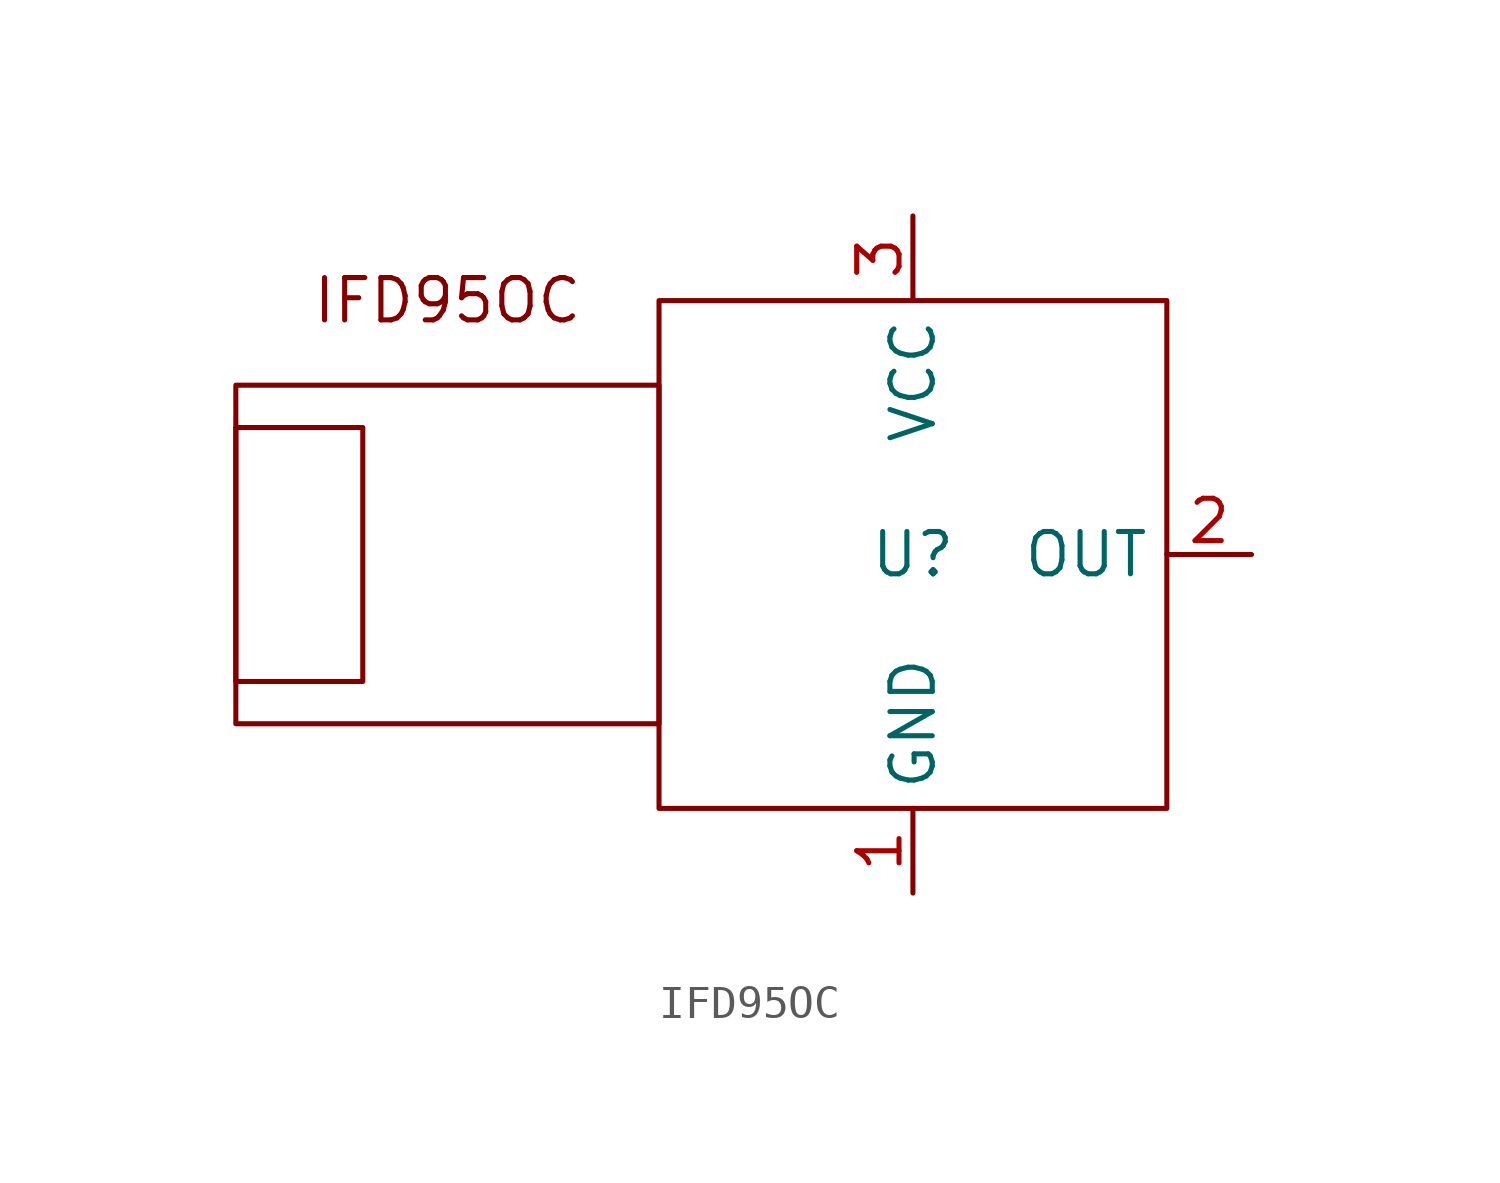
<source format=kicad_sym>
(kicad_symbol_lib
  (version 20220914)
  (generator kicad_symbol_editor)
  (symbol "IFD95OC"
    (property "Reference" "U"
      (at 0 0 0)
      (effects (font (size 1.27 1.27))))
    (property "Value" ""
      (at 0 0 0)
      (effects (font (size 1.27 1.27))))
    (symbol "IFD95OC_0_1"
      (rectangle (start -7.62 7.62) (end 7.62 -7.62) (stroke (width 0) (type default)) (fill (type none))))
    (symbol "IFD95OC_1_1"
      (rectangle (start -20.32 3.81) (end -16.51 -3.81) (stroke (width 0) (type default)) (fill (type none)))
      (rectangle (start -20.32 5.08) (end -7.62 -5.08) (stroke (width 0) (type default)) (fill (type none)))
      (text "IFD95OC\n" (at -13.97 7.62 0) (effects (font (size 1.27 1.27))))
      (pin passive line (at 0 -10.16 90) (length 2.54) (name "GND" (effects (font (size 1.27 1.27)))) (number "1" (effects (font (size 1.27 1.27)))))
      (pin open_collector line (at 10.16 0 180) (length 2.54) (name "OUT" (effects (font (size 1.27 1.27)))) (number "2" (effects (font (size 1.27 1.27)))))
      (pin passive line (at 0 10.16 270) (length 2.54) (name "VCC" (effects (font (size 1.27 1.27)))) (number "3" (effects (font (size 1.27 1.27))))))))
</source>
